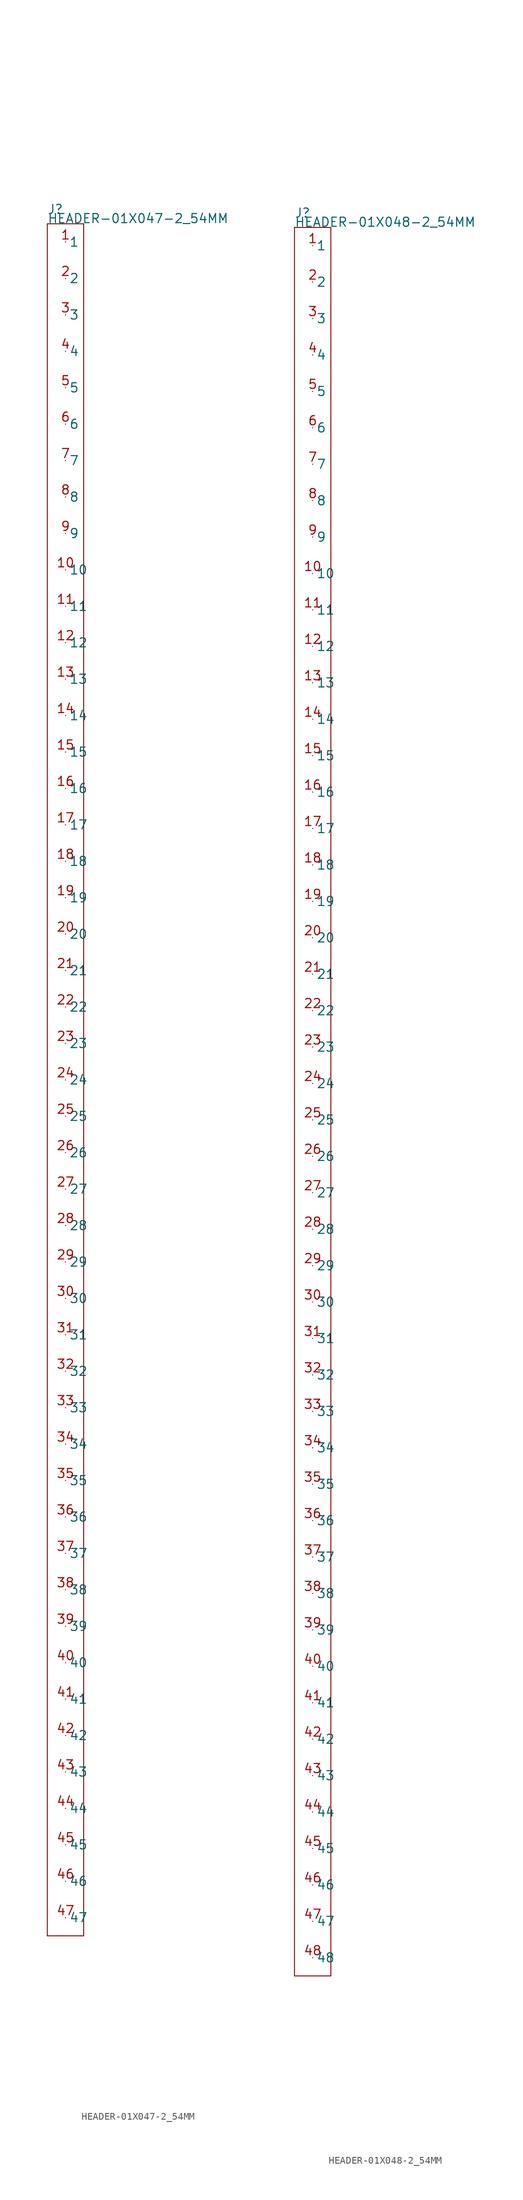
<source format=kicad_sym>
(kicad_symbol_lib
  (version 20211014)
  (generator kicad_symbol_editor)
  (symbol "HEADER-01X047-2_54MM"
    (pin_names)
    (property "Reference" "J"
      (at -2.54 120.65 0)
      (effects (font (size 1.27 1.27)) (justify left bottom)))
    (property "Value" "HEADER-01X047-2_54MM"
      (at -2.54 119.38 0)
      (effects (font (size 1.27 1.27)) (justify left bottom)))
    (property "Datasheet" ""
      (at 0 0 0))
    (property "ki_description" "Header 1x47  - Header Vertical 47POS 2.54MM Technical Specifications: Pitch: 0.1\" (2.54mm) "
      (at 0 0 0))
    (property "ki_fp_filters" "FlashPCB_Connectors:HEADER-THT-01X047-2_54MM FlashPCB_Connectors:HEADER-THT-LONG-01X047-2_54MM FlashPCB_Connectors:HEADER-THT-NOSILK-01X047-2_54MM FlashPCB_Connectors:HEADER-THT-LONG-NOSILK-01X047-2_54MM"
      (at 0 0 0))
    (symbol "HEADER-01X047-2_54MM_1_1"
      (polyline (pts (xy -2.54 119.38) (xy 2.54 119.38)) (stroke (width 0.127)) (fill (type none)))
      (polyline (pts (xy 2.54 119.38) (xy 2.54 -119.38)) (stroke (width 0.127)) (fill (type none)))
      (polyline (pts (xy 2.54 -119.38) (xy -2.54 -119.38)) (stroke (width 0.127)) (fill (type none)))
      (polyline (pts (xy -2.54 -119.38) (xy -2.54 119.38)) (stroke (width 0.127)) (fill (type none)))
      (pin bidirectional line (at 0 116.84 0) (length 0) (name "1" (effects (font (size 1.27 1.27)))) (number "1" (effects (font (size 1.27 1.27)))))
      (pin bidirectional line (at 0 111.76 0) (length 0) (name "2" (effects (font (size 1.27 1.27)))) (number "2" (effects (font (size 1.27 1.27)))))
      (pin bidirectional line (at 0 106.68 0) (length 0) (name "3" (effects (font (size 1.27 1.27)))) (number "3" (effects (font (size 1.27 1.27)))))
      (pin bidirectional line (at 0 101.6 0) (length 0) (name "4" (effects (font (size 1.27 1.27)))) (number "4" (effects (font (size 1.27 1.27)))))
      (pin bidirectional line (at 0 96.52 0) (length 0) (name "5" (effects (font (size 1.27 1.27)))) (number "5" (effects (font (size 1.27 1.27)))))
      (pin bidirectional line (at 0 91.44 0) (length 0) (name "6" (effects (font (size 1.27 1.27)))) (number "6" (effects (font (size 1.27 1.27)))))
      (pin bidirectional line (at 0 86.36 0) (length 0) (name "7" (effects (font (size 1.27 1.27)))) (number "7" (effects (font (size 1.27 1.27)))))
      (pin bidirectional line (at 0 81.28 0) (length 0) (name "8" (effects (font (size 1.27 1.27)))) (number "8" (effects (font (size 1.27 1.27)))))
      (pin bidirectional line (at 0 76.2 0) (length 0) (name "9" (effects (font (size 1.27 1.27)))) (number "9" (effects (font (size 1.27 1.27)))))
      (pin bidirectional line (at 0 71.12 0) (length 0) (name "10" (effects (font (size 1.27 1.27)))) (number "10" (effects (font (size 1.27 1.27)))))
      (pin bidirectional line (at 0 66.04 0) (length 0) (name "11" (effects (font (size 1.27 1.27)))) (number "11" (effects (font (size 1.27 1.27)))))
      (pin bidirectional line (at 0 60.96 0) (length 0) (name "12" (effects (font (size 1.27 1.27)))) (number "12" (effects (font (size 1.27 1.27)))))
      (pin bidirectional line (at 0 55.88 0) (length 0) (name "13" (effects (font (size 1.27 1.27)))) (number "13" (effects (font (size 1.27 1.27)))))
      (pin bidirectional line (at 0 50.8 0) (length 0) (name "14" (effects (font (size 1.27 1.27)))) (number "14" (effects (font (size 1.27 1.27)))))
      (pin bidirectional line (at 0 45.72 0) (length 0) (name "15" (effects (font (size 1.27 1.27)))) (number "15" (effects (font (size 1.27 1.27)))))
      (pin bidirectional line (at 0 40.64 0) (length 0) (name "16" (effects (font (size 1.27 1.27)))) (number "16" (effects (font (size 1.27 1.27)))))
      (pin bidirectional line (at 0 35.56 0) (length 0) (name "17" (effects (font (size 1.27 1.27)))) (number "17" (effects (font (size 1.27 1.27)))))
      (pin bidirectional line (at 0 30.48 0) (length 0) (name "18" (effects (font (size 1.27 1.27)))) (number "18" (effects (font (size 1.27 1.27)))))
      (pin bidirectional line (at 0 25.4 0) (length 0) (name "19" (effects (font (size 1.27 1.27)))) (number "19" (effects (font (size 1.27 1.27)))))
      (pin bidirectional line (at 0 20.32 0) (length 0) (name "20" (effects (font (size 1.27 1.27)))) (number "20" (effects (font (size 1.27 1.27)))))
      (pin bidirectional line (at 0 15.24 0) (length 0) (name "21" (effects (font (size 1.27 1.27)))) (number "21" (effects (font (size 1.27 1.27)))))
      (pin bidirectional line (at 0 10.16 0) (length 0) (name "22" (effects (font (size 1.27 1.27)))) (number "22" (effects (font (size 1.27 1.27)))))
      (pin bidirectional line (at 0 5.08 0) (length 0) (name "23" (effects (font (size 1.27 1.27)))) (number "23" (effects (font (size 1.27 1.27)))))
      (pin bidirectional line (at 0 0 0) (length 0) (name "24" (effects (font (size 1.27 1.27)))) (number "24" (effects (font (size 1.27 1.27)))))
      (pin bidirectional line (at 0 -5.08 0) (length 0) (name "25" (effects (font (size 1.27 1.27)))) (number "25" (effects (font (size 1.27 1.27)))))
      (pin bidirectional line (at 0 -10.16 0) (length 0) (name "26" (effects (font (size 1.27 1.27)))) (number "26" (effects (font (size 1.27 1.27)))))
      (pin bidirectional line (at 0 -15.24 0) (length 0) (name "27" (effects (font (size 1.27 1.27)))) (number "27" (effects (font (size 1.27 1.27)))))
      (pin bidirectional line (at 0 -20.32 0) (length 0) (name "28" (effects (font (size 1.27 1.27)))) (number "28" (effects (font (size 1.27 1.27)))))
      (pin bidirectional line (at 0 -25.4 0) (length 0) (name "29" (effects (font (size 1.27 1.27)))) (number "29" (effects (font (size 1.27 1.27)))))
      (pin bidirectional line (at 0 -30.48 0) (length 0) (name "30" (effects (font (size 1.27 1.27)))) (number "30" (effects (font (size 1.27 1.27)))))
      (pin bidirectional line (at 0 -35.56 0) (length 0) (name "31" (effects (font (size 1.27 1.27)))) (number "31" (effects (font (size 1.27 1.27)))))
      (pin bidirectional line (at 0 -40.64 0) (length 0) (name "32" (effects (font (size 1.27 1.27)))) (number "32" (effects (font (size 1.27 1.27)))))
      (pin bidirectional line (at 0 -45.72 0) (length 0) (name "33" (effects (font (size 1.27 1.27)))) (number "33" (effects (font (size 1.27 1.27)))))
      (pin bidirectional line (at 0 -50.8 0) (length 0) (name "34" (effects (font (size 1.27 1.27)))) (number "34" (effects (font (size 1.27 1.27)))))
      (pin bidirectional line (at 0 -55.88 0) (length 0) (name "35" (effects (font (size 1.27 1.27)))) (number "35" (effects (font (size 1.27 1.27)))))
      (pin bidirectional line (at 0 -60.96 0) (length 0) (name "36" (effects (font (size 1.27 1.27)))) (number "36" (effects (font (size 1.27 1.27)))))
      (pin bidirectional line (at 0 -66.04 0) (length 0) (name "37" (effects (font (size 1.27 1.27)))) (number "37" (effects (font (size 1.27 1.27)))))
      (pin bidirectional line (at 0 -71.12 0) (length 0) (name "38" (effects (font (size 1.27 1.27)))) (number "38" (effects (font (size 1.27 1.27)))))
      (pin bidirectional line (at 0 -76.2 0) (length 0) (name "39" (effects (font (size 1.27 1.27)))) (number "39" (effects (font (size 1.27 1.27)))))
      (pin bidirectional line (at 0 -81.28 0) (length 0) (name "40" (effects (font (size 1.27 1.27)))) (number "40" (effects (font (size 1.27 1.27)))))
      (pin bidirectional line (at 0 -86.36 0) (length 0) (name "41" (effects (font (size 1.27 1.27)))) (number "41" (effects (font (size 1.27 1.27)))))
      (pin bidirectional line (at 0 -91.44 0) (length 0) (name "42" (effects (font (size 1.27 1.27)))) (number "42" (effects (font (size 1.27 1.27)))))
      (pin bidirectional line (at 0 -96.52 0) (length 0) (name "43" (effects (font (size 1.27 1.27)))) (number "43" (effects (font (size 1.27 1.27)))))
      (pin bidirectional line (at 0 -101.6 0) (length 0) (name "44" (effects (font (size 1.27 1.27)))) (number "44" (effects (font (size 1.27 1.27)))))
      (pin bidirectional line (at 0 -106.68 0) (length 0) (name "45" (effects (font (size 1.27 1.27)))) (number "45" (effects (font (size 1.27 1.27)))))
      (pin bidirectional line (at 0 -111.76 0) (length 0) (name "46" (effects (font (size 1.27 1.27)))) (number "46" (effects (font (size 1.27 1.27)))))
      (pin bidirectional line (at 0 -116.84 0) (length 0) (name "47" (effects (font (size 1.27 1.27)))) (number "47" (effects (font (size 1.27 1.27)))))))
  (symbol "HEADER-01X048-2_54MM"
    (pin_names)
    (property "Reference" "J"
      (at -2.54 123.19 0)
      (effects (font (size 1.27 1.27)) (justify left bottom)))
    (property "Value" "HEADER-01X048-2_54MM"
      (at -2.54 121.92 0)
      (effects (font (size 1.27 1.27)) (justify left bottom)))
    (property "Datasheet" ""
      (at 0 0 0))
    (property "ki_description" "Header 1x48  - Header Vertical 48POS 2.54MM Technical Specifications: Pitch: 0.1\" (2.54mm) "
      (at 0 0 0))
    (property "ki_fp_filters" "FlashPCB_Connectors:HEADER-THT-01X048-2_54MM FlashPCB_Connectors:HEADER-THT-LONG-01X048-2_54MM FlashPCB_Connectors:HEADER-THT-NOSILK-01X048-2_54MM FlashPCB_Connectors:HEADER-THT-LONG-NOSILK-01X048-2_54MM"
      (at 0 0 0))
    (symbol "HEADER-01X048-2_54MM_1_1"
      (polyline (pts (xy -2.54 121.92) (xy 2.54 121.92)) (stroke (width 0.127)) (fill (type none)))
      (polyline (pts (xy 2.54 121.92) (xy 2.54 -121.92)) (stroke (width 0.127)) (fill (type none)))
      (polyline (pts (xy 2.54 -121.92) (xy -2.54 -121.92)) (stroke (width 0.127)) (fill (type none)))
      (polyline (pts (xy -2.54 -121.92) (xy -2.54 121.92)) (stroke (width 0.127)) (fill (type none)))
      (pin bidirectional line (at 0 119.38 0) (length 0) (name "1" (effects (font (size 1.27 1.27)))) (number "1" (effects (font (size 1.27 1.27)))))
      (pin bidirectional line (at 0 114.3 0) (length 0) (name "2" (effects (font (size 1.27 1.27)))) (number "2" (effects (font (size 1.27 1.27)))))
      (pin bidirectional line (at 0 109.22 0) (length 0) (name "3" (effects (font (size 1.27 1.27)))) (number "3" (effects (font (size 1.27 1.27)))))
      (pin bidirectional line (at 0 104.14 0) (length 0) (name "4" (effects (font (size 1.27 1.27)))) (number "4" (effects (font (size 1.27 1.27)))))
      (pin bidirectional line (at 0 99.06 0) (length 0) (name "5" (effects (font (size 1.27 1.27)))) (number "5" (effects (font (size 1.27 1.27)))))
      (pin bidirectional line (at 0 93.98 0) (length 0) (name "6" (effects (font (size 1.27 1.27)))) (number "6" (effects (font (size 1.27 1.27)))))
      (pin bidirectional line (at 0 88.9 0) (length 0) (name "7" (effects (font (size 1.27 1.27)))) (number "7" (effects (font (size 1.27 1.27)))))
      (pin bidirectional line (at 0 83.82 0) (length 0) (name "8" (effects (font (size 1.27 1.27)))) (number "8" (effects (font (size 1.27 1.27)))))
      (pin bidirectional line (at 0 78.74 0) (length 0) (name "9" (effects (font (size 1.27 1.27)))) (number "9" (effects (font (size 1.27 1.27)))))
      (pin bidirectional line (at 0 73.66 0) (length 0) (name "10" (effects (font (size 1.27 1.27)))) (number "10" (effects (font (size 1.27 1.27)))))
      (pin bidirectional line (at 0 68.58 0) (length 0) (name "11" (effects (font (size 1.27 1.27)))) (number "11" (effects (font (size 1.27 1.27)))))
      (pin bidirectional line (at 0 63.5 0) (length 0) (name "12" (effects (font (size 1.27 1.27)))) (number "12" (effects (font (size 1.27 1.27)))))
      (pin bidirectional line (at 0 58.42 0) (length 0) (name "13" (effects (font (size 1.27 1.27)))) (number "13" (effects (font (size 1.27 1.27)))))
      (pin bidirectional line (at 0 53.34 0) (length 0) (name "14" (effects (font (size 1.27 1.27)))) (number "14" (effects (font (size 1.27 1.27)))))
      (pin bidirectional line (at 0 48.26 0) (length 0) (name "15" (effects (font (size 1.27 1.27)))) (number "15" (effects (font (size 1.27 1.27)))))
      (pin bidirectional line (at 0 43.18 0) (length 0) (name "16" (effects (font (size 1.27 1.27)))) (number "16" (effects (font (size 1.27 1.27)))))
      (pin bidirectional line (at 0 38.1 0) (length 0) (name "17" (effects (font (size 1.27 1.27)))) (number "17" (effects (font (size 1.27 1.27)))))
      (pin bidirectional line (at 0 33.02 0) (length 0) (name "18" (effects (font (size 1.27 1.27)))) (number "18" (effects (font (size 1.27 1.27)))))
      (pin bidirectional line (at 0 27.94 0) (length 0) (name "19" (effects (font (size 1.27 1.27)))) (number "19" (effects (font (size 1.27 1.27)))))
      (pin bidirectional line (at 0 22.86 0) (length 0) (name "20" (effects (font (size 1.27 1.27)))) (number "20" (effects (font (size 1.27 1.27)))))
      (pin bidirectional line (at 0 17.78 0) (length 0) (name "21" (effects (font (size 1.27 1.27)))) (number "21" (effects (font (size 1.27 1.27)))))
      (pin bidirectional line (at 0 12.7 0) (length 0) (name "22" (effects (font (size 1.27 1.27)))) (number "22" (effects (font (size 1.27 1.27)))))
      (pin bidirectional line (at 0 7.62 0) (length 0) (name "23" (effects (font (size 1.27 1.27)))) (number "23" (effects (font (size 1.27 1.27)))))
      (pin bidirectional line (at 0 2.54 0) (length 0) (name "24" (effects (font (size 1.27 1.27)))) (number "24" (effects (font (size 1.27 1.27)))))
      (pin bidirectional line (at 0 -2.54 0) (length 0) (name "25" (effects (font (size 1.27 1.27)))) (number "25" (effects (font (size 1.27 1.27)))))
      (pin bidirectional line (at 0 -7.62 0) (length 0) (name "26" (effects (font (size 1.27 1.27)))) (number "26" (effects (font (size 1.27 1.27)))))
      (pin bidirectional line (at 0 -12.7 0) (length 0) (name "27" (effects (font (size 1.27 1.27)))) (number "27" (effects (font (size 1.27 1.27)))))
      (pin bidirectional line (at 0 -17.78 0) (length 0) (name "28" (effects (font (size 1.27 1.27)))) (number "28" (effects (font (size 1.27 1.27)))))
      (pin bidirectional line (at 0 -22.86 0) (length 0) (name "29" (effects (font (size 1.27 1.27)))) (number "29" (effects (font (size 1.27 1.27)))))
      (pin bidirectional line (at 0 -27.94 0) (length 0) (name "30" (effects (font (size 1.27 1.27)))) (number "30" (effects (font (size 1.27 1.27)))))
      (pin bidirectional line (at 0 -33.02 0) (length 0) (name "31" (effects (font (size 1.27 1.27)))) (number "31" (effects (font (size 1.27 1.27)))))
      (pin bidirectional line (at 0 -38.1 0) (length 0) (name "32" (effects (font (size 1.27 1.27)))) (number "32" (effects (font (size 1.27 1.27)))))
      (pin bidirectional line (at 0 -43.18 0) (length 0) (name "33" (effects (font (size 1.27 1.27)))) (number "33" (effects (font (size 1.27 1.27)))))
      (pin bidirectional line (at 0 -48.26 0) (length 0) (name "34" (effects (font (size 1.27 1.27)))) (number "34" (effects (font (size 1.27 1.27)))))
      (pin bidirectional line (at 0 -53.34 0) (length 0) (name "35" (effects (font (size 1.27 1.27)))) (number "35" (effects (font (size 1.27 1.27)))))
      (pin bidirectional line (at 0 -58.42 0) (length 0) (name "36" (effects (font (size 1.27 1.27)))) (number "36" (effects (font (size 1.27 1.27)))))
      (pin bidirectional line (at 0 -63.5 0) (length 0) (name "37" (effects (font (size 1.27 1.27)))) (number "37" (effects (font (size 1.27 1.27)))))
      (pin bidirectional line (at 0 -68.58 0) (length 0) (name "38" (effects (font (size 1.27 1.27)))) (number "38" (effects (font (size 1.27 1.27)))))
      (pin bidirectional line (at 0 -73.66 0) (length 0) (name "39" (effects (font (size 1.27 1.27)))) (number "39" (effects (font (size 1.27 1.27)))))
      (pin bidirectional line (at 0 -78.74 0) (length 0) (name "40" (effects (font (size 1.27 1.27)))) (number "40" (effects (font (size 1.27 1.27)))))
      (pin bidirectional line (at 0 -83.82 0) (length 0) (name "41" (effects (font (size 1.27 1.27)))) (number "41" (effects (font (size 1.27 1.27)))))
      (pin bidirectional line (at 0 -88.9 0) (length 0) (name "42" (effects (font (size 1.27 1.27)))) (number "42" (effects (font (size 1.27 1.27)))))
      (pin bidirectional line (at 0 -93.98 0) (length 0) (name "43" (effects (font (size 1.27 1.27)))) (number "43" (effects (font (size 1.27 1.27)))))
      (pin bidirectional line (at 0 -99.06 0) (length 0) (name "44" (effects (font (size 1.27 1.27)))) (number "44" (effects (font (size 1.27 1.27)))))
      (pin bidirectional line (at 0 -104.14 0) (length 0) (name "45" (effects (font (size 1.27 1.27)))) (number "45" (effects (font (size 1.27 1.27)))))
      (pin bidirectional line (at 0 -109.22 0) (length 0) (name "46" (effects (font (size 1.27 1.27)))) (number "46" (effects (font (size 1.27 1.27)))))
      (pin bidirectional line (at 0 -114.3 0) (length 0) (name "47" (effects (font (size 1.27 1.27)))) (number "47" (effects (font (size 1.27 1.27)))))
      (pin bidirectional line (at 0 -119.38 0) (length 0) (name "48" (effects (font (size 1.27 1.27)))) (number "48" (effects (font (size 1.27 1.27))))))))
</source>
